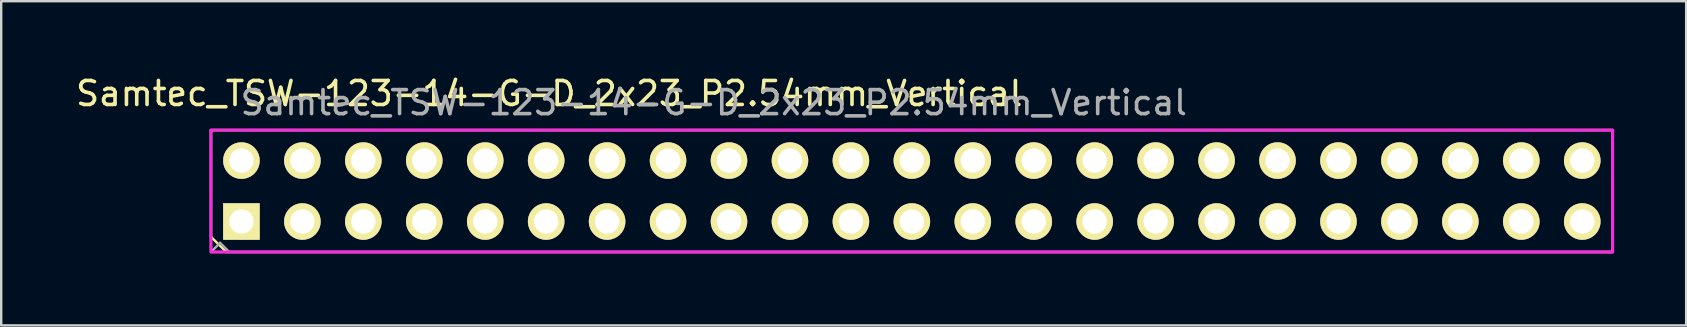
<source format=kicad_pcb>
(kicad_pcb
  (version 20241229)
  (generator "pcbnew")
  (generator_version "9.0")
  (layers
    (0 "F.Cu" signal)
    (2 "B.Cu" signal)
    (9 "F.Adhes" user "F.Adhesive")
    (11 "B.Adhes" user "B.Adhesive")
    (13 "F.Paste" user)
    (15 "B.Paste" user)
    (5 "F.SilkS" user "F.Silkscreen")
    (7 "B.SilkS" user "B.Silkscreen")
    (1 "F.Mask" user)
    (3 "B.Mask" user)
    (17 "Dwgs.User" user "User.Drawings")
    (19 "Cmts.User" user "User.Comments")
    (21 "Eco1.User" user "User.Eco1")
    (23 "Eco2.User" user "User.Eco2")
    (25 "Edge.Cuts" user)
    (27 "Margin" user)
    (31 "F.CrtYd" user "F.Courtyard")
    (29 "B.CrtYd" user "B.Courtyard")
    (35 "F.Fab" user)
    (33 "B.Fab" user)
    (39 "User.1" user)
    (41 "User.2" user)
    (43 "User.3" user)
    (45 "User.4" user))
  (footprint "Samtec_TSW-123-14-G-D_2x23_P2.54mm_Vertical"
    (layer "F.Cu")
    (at 7.012 6.182)
    (property "Reference" "Samtec_TSW-123-14-G-D_2x23_P2.54mm_Vertical" (at 12.827 -5.334 0) (layer "F.SilkS") (effects (font (size 1 1) (thickness 0.15))))
    (attr through_hole)
    (fp_line (start -1.27 -3.81) (end -1.27 0.635) (stroke (width 0.1) (type solid)) (layer "F.SilkS"))
    (fp_line (start -0.635 1.27) (end -1.27 0.635) (stroke (width 0.1) (type solid)) (layer "F.SilkS"))
    (fp_line (start -0.635 1.27) (end 57.15 1.27) (stroke (width 0.1) (type solid)) (layer "F.SilkS"))
    (fp_line (start 57.15 -3.81) (end -1.27 -3.81) (stroke (width 0.1) (type solid)) (layer "F.SilkS"))
    (fp_line (start 57.15 1.27) (end 57.15 -3.81) (stroke (width 0.1) (type solid)) (layer "F.SilkS"))
    (fp_rect (start -1.27 -3.81) (end 57.15 1.27) (stroke (width 0.12) (type solid)) (fill no) (layer "F.CrtYd"))
    (fp_line (start -1.27 1.27) (end -0.889 0.889) (stroke (width 0.1) (type solid)) (layer "F.Fab"))
    (fp_line (start -0.889 0.889) (end -0.508 1.27) (stroke (width 0.1) (type solid)) (layer "F.Fab"))
    (fp_rect (start -1.27 -3.81) (end 57.15 1.27) (stroke (width 0.1) (type solid)) (fill no) (layer "F.Fab"))
    (fp_text user "${REFERENCE}" (at 19.685 -4.953 0) (layer "F.Fab") (effects (font (size 1 1) (thickness 0.15))))
    (pad "1" thru_hole rect (at 0 0 180) (size 1.524 1.524) (drill 1.016) (layers "*.Cu" "*.Mask" "F.SilkS"))
    (pad "2" thru_hole circle (at 0 -2.54 180) (size 1.524 1.524) (drill 1.016) (layers "*.Cu" "*.Mask" "F.SilkS"))
    (pad "3" thru_hole circle (at 2.54 0 180) (size 1.524 1.524) (drill 1.016) (layers "*.Cu" "*.Mask" "F.SilkS"))
    (pad "4" thru_hole circle (at 2.54 -2.54 180) (size 1.524 1.524) (drill 1.016) (layers "*.Cu" "*.Mask" "F.SilkS"))
    (pad "5" thru_hole circle (at 5.08 0 180) (size 1.524 1.524) (drill 1.016) (layers "*.Cu" "*.Mask" "F.SilkS"))
    (pad "6" thru_hole circle (at 5.08 -2.54 180) (size 1.524 1.524) (drill 1.016) (layers "*.Cu" "*.Mask" "F.SilkS"))
    (pad "7" thru_hole circle (at 7.62 0 180) (size 1.524 1.524) (drill 1.016) (layers "*.Cu" "*.Mask" "F.SilkS"))
    (pad "8" thru_hole circle (at 7.62 -2.54 180) (size 1.524 1.524) (drill 1.016) (layers "*.Cu" "*.Mask" "F.SilkS"))
    (pad "9" thru_hole circle (at 10.16 0 180) (size 1.524 1.524) (drill 1.016) (layers "*.Cu" "*.Mask" "F.SilkS"))
    (pad "10" thru_hole circle (at 10.16 -2.54 180) (size 1.524 1.524) (drill 1.016) (layers "*.Cu" "*.Mask" "F.SilkS"))
    (pad "11" thru_hole circle (at 12.7 0 180) (size 1.524 1.524) (drill 1.016) (layers "*.Cu" "*.Mask" "F.SilkS"))
    (pad "12" thru_hole circle (at 12.7 -2.54 180) (size 1.524 1.524) (drill 1.016) (layers "*.Cu" "*.Mask" "F.SilkS"))
    (pad "13" thru_hole circle (at 15.24 0 180) (size 1.524 1.524) (drill 1.016) (layers "*.Cu" "*.Mask" "F.SilkS"))
    (pad "14" thru_hole circle (at 15.24 -2.54 180) (size 1.524 1.524) (drill 1.016) (layers "*.Cu" "*.Mask" "F.SilkS"))
    (pad "15" thru_hole circle (at 17.78 0 180) (size 1.524 1.524) (drill 1.016) (layers "*.Cu" "*.Mask" "F.SilkS"))
    (pad "16" thru_hole circle (at 17.78 -2.54 180) (size 1.524 1.524) (drill 1.016) (layers "*.Cu" "*.Mask" "F.SilkS"))
    (pad "17" thru_hole circle (at 20.32 0 180) (size 1.524 1.524) (drill 1.016) (layers "*.Cu" "*.Mask" "F.SilkS"))
    (pad "18" thru_hole circle (at 20.32 -2.54 180) (size 1.524 1.524) (drill 1.016) (layers "*.Cu" "*.Mask" "F.SilkS"))
    (pad "19" thru_hole circle (at 22.86 0 180) (size 1.524 1.524) (drill 1.016) (layers "*.Cu" "*.Mask" "F.SilkS"))
    (pad "20" thru_hole circle (at 22.86 -2.54 180) (size 1.524 1.524) (drill 1.016) (layers "*.Cu" "*.Mask" "F.SilkS"))
    (pad "21" thru_hole circle (at 25.4 0 180) (size 1.524 1.524) (drill 1.016) (layers "*.Cu" "*.Mask" "F.SilkS"))
    (pad "22" thru_hole circle (at 25.4 -2.54 180) (size 1.524 1.524) (drill 1.016) (layers "*.Cu" "*.Mask" "F.SilkS"))
    (pad "23" thru_hole circle (at 27.94 0 180) (size 1.524 1.524) (drill 1.016) (layers "*.Cu" "*.Mask" "F.SilkS"))
    (pad "24" thru_hole circle (at 27.94 -2.54 180) (size 1.524 1.524) (drill 1.016) (layers "*.Cu" "*.Mask" "F.SilkS"))
    (pad "25" thru_hole circle (at 30.48 0 180) (size 1.524 1.524) (drill 1.016) (layers "*.Cu" "*.Mask" "F.SilkS"))
    (pad "26" thru_hole circle (at 30.48 -2.54 180) (size 1.524 1.524) (drill 1.016) (layers "*.Cu" "*.Mask" "F.SilkS"))
    (pad "27" thru_hole circle (at 33.02 0 180) (size 1.524 1.524) (drill 1.016) (layers "*.Cu" "*.Mask" "F.SilkS"))
    (pad "28" thru_hole circle (at 33.02 -2.54 180) (size 1.524 1.524) (drill 1.016) (layers "*.Cu" "*.Mask" "F.SilkS"))
    (pad "29" thru_hole circle (at 35.56 0 180) (size 1.524 1.524) (drill 1.016) (layers "*.Cu" "*.Mask" "F.SilkS"))
    (pad "30" thru_hole circle (at 35.56 -2.54 180) (size 1.524 1.524) (drill 1.016) (layers "*.Cu" "*.Mask" "F.SilkS"))
    (pad "31" thru_hole circle (at 38.1 0 180) (size 1.524 1.524) (drill 1.016) (layers "*.Cu" "*.Mask" "F.SilkS"))
    (pad "32" thru_hole circle (at 38.1 -2.54 180) (size 1.524 1.524) (drill 1.016) (layers "*.Cu" "*.Mask" "F.SilkS"))
    (pad "33" thru_hole circle (at 40.64 0 180) (size 1.524 1.524) (drill 1.016) (layers "*.Cu" "*.Mask" "F.SilkS"))
    (pad "34" thru_hole circle (at 40.64 -2.54 180) (size 1.524 1.524) (drill 1.016) (layers "*.Cu" "*.Mask" "F.SilkS"))
    (pad "35" thru_hole circle (at 43.18 0 180) (size 1.524 1.524) (drill 1.016) (layers "*.Cu" "*.Mask" "F.SilkS"))
    (pad "36" thru_hole circle (at 43.18 -2.54 180) (size 1.524 1.524) (drill 1.016) (layers "*.Cu" "*.Mask" "F.SilkS"))
    (pad "37" thru_hole circle (at 45.72 0 180) (size 1.524 1.524) (drill 1.016) (layers "*.Cu" "*.Mask" "F.SilkS"))
    (pad "38" thru_hole circle (at 45.72 -2.54 180) (size 1.524 1.524) (drill 1.016) (layers "*.Cu" "*.Mask" "F.SilkS"))
    (pad "39" thru_hole circle (at 48.26 0 180) (size 1.524 1.524) (drill 1.016) (layers "*.Cu" "*.Mask" "F.SilkS"))
    (pad "40" thru_hole circle (at 48.26 -2.54 180) (size 1.524 1.524) (drill 1.016) (layers "*.Cu" "*.Mask" "F.SilkS"))
    (pad "41" thru_hole circle (at 50.8 0 180) (size 1.524 1.524) (drill 1.016) (layers "*.Cu" "*.Mask" "F.SilkS"))
    (pad "42" thru_hole circle (at 50.8 -2.54 180) (size 1.524 1.524) (drill 1.016) (layers "*.Cu" "*.Mask" "F.SilkS"))
    (pad "43" thru_hole circle (at 53.34 0 180) (size 1.524 1.524) (drill 1.016) (layers "*.Cu" "*.Mask" "F.SilkS"))
    (pad "44" thru_hole circle (at 53.34 -2.54 180) (size 1.524 1.524) (drill 1.016) (layers "*.Cu" "*.Mask" "F.SilkS"))
    (pad "45" thru_hole circle (at 55.88 0 180) (size 1.524 1.524) (drill 1.016) (layers "*.Cu" "*.Mask" "F.SilkS"))
    (pad "46" thru_hole circle (at 55.88 -2.54 180) (size 1.524 1.524) (drill 1.016) (layers "*.Cu" "*.Mask" "F.SilkS")))
  (gr_rect
    (start -3 -3)
    (end 67.222 10.512)
    (stroke (width 0.1) (type default))
    (fill no)
    (layer "Edge.Cuts")))
</source>
